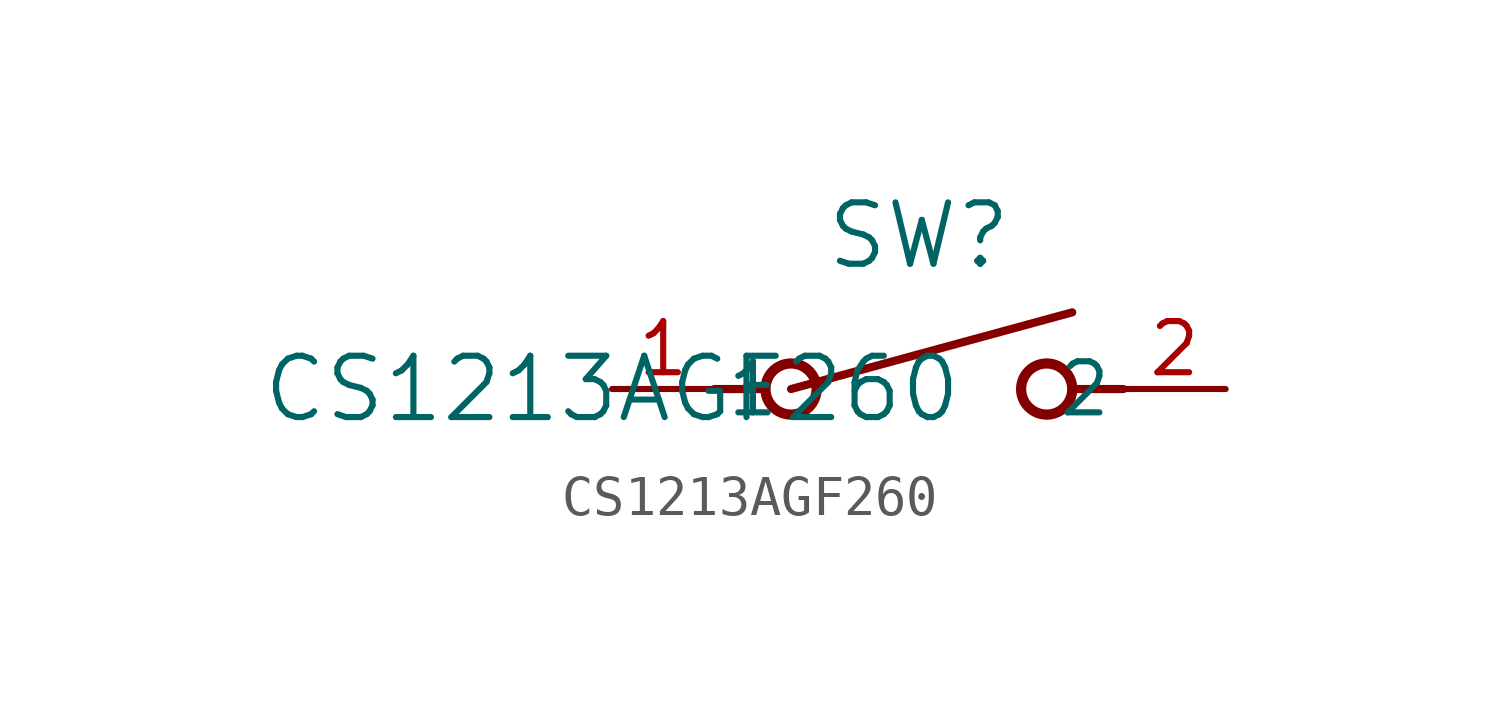
<source format=kicad_sym>
(kicad_symbol_lib
  (version 20231120)
  (generator "kicad_symbol_editor")
  (generator_version "8.0")
  (symbol "CS1213AGF260"
    (pin_names
      (offset 0.254))
    (property "Reference" "SW"
      (at 7.62 3.81 0)
      (effects (font (size 1.524 1.524))))
    (property "Value" "CS1213AGF260"
      (at 0 0 0)
      (effects (font (size 1.524 1.524))))
    (symbol "CS1213AGF260_0_1"
      (polyline (pts (xy 2.54 0) (xy 3.81 0)) (stroke (width 0.203) (type default)) (fill (type none)))
      (polyline (pts (xy 4.445 0) (xy 11.43 1.905)) (stroke (width 0.203) (type default)) (fill (type none)))
      (polyline (pts (xy 12.7 0) (xy 11.43 0)) (stroke (width 0.203) (type default)) (fill (type none)))
      (circle (center 4.445 0) (radius 0.635) (stroke (width 0.254) (type default)) (fill (type none)))
      (circle (center 10.795 0) (radius 0.635) (stroke (width 0.254) (type default)) (fill (type none)))
      (pin unspecified line (at 0 0 0) (length 2.54) (name "1" (effects (font (size 1.27 1.27)))) (number "1" (effects (font (size 1.27 1.27)))))
      (pin unspecified line (at 15.24 0 180) (length 2.54) (name "2" (effects (font (size 1.27 1.27)))) (number "2" (effects (font (size 1.27 1.27))))))))
</source>
